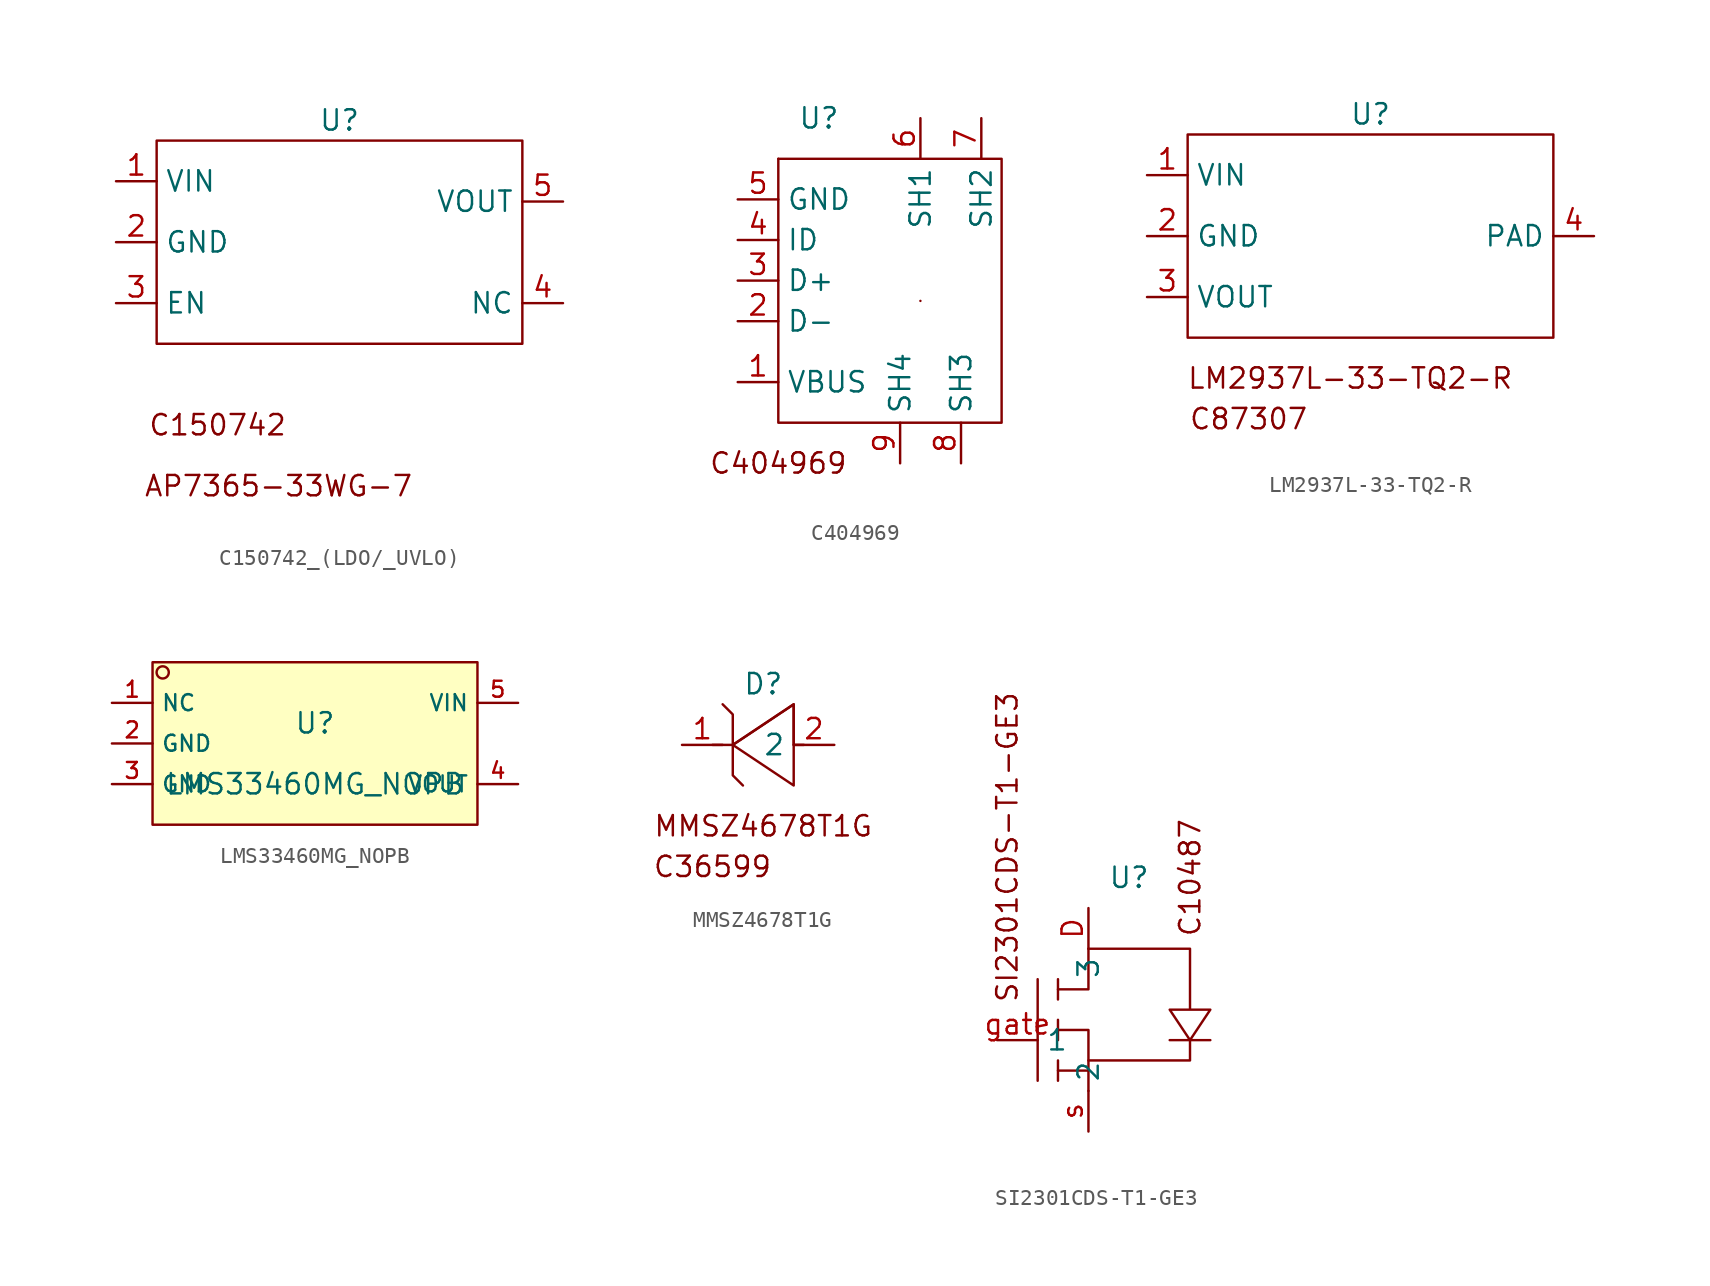
<source format=kicad_sym>
(kicad_symbol_lib
  (version 20220914)
  (generator kicad_symbol_editor)
  (symbol "C150742_(LDO/_UVLO)"
    (property "Reference" "U"
      (at 0 5.08 0)
      (effects (font (size 1.27 1.27))))
    (property "Value" ""
      (at 0 0 0)
      (effects (font (size 1.27 1.27))))
    (symbol "C150742_(LDO/_UVLO)_0_1"
      (rectangle (start -11.43 3.81) (end 11.43 -8.89) (stroke (width 0) (type default)) (fill (type none)))
      (text "AP7365-33WG-7" (at -3.81 -17.78 0) (effects (font (size 1.27 1.27))))
      (text "C150742" (at -7.62 -13.97 0) (effects (font (size 1.27 1.27)))))
    (symbol "C150742_(LDO/_UVLO)_1_1"
      (pin input line (at -13.97 1.27 0) (length 2.54) (name "VIN" (effects (font (size 1.27 1.27)))) (number "1" (effects (font (size 1.27 1.27)))))
      (pin input line (at -13.97 -2.54 0) (length 2.54) (name "GND" (effects (font (size 1.27 1.27)))) (number "2" (effects (font (size 1.27 1.27)))))
      (pin input line (at -13.97 -6.35 0) (length 2.54) (name "EN" (effects (font (size 1.27 1.27)))) (number "3" (effects (font (size 1.27 1.27)))))
      (pin input line (at 13.97 -6.35 180) (length 2.54) (name "NC" (effects (font (size 1.27 1.27)))) (number "4" (effects (font (size 1.27 1.27)))))
      (pin input line (at 13.97 0 180) (length 2.54) (name "VOUT" (effects (font (size 1.27 1.27)))) (number "5" (effects (font (size 1.27 1.27)))))))
  (symbol "C404969"
    (property "Reference" "U"
      (at -3.81 7.62 0)
      (effects (font (size 1.27 1.27))))
    (property "Value" ""
      (at 0 0 0)
      (effects (font (size 1.27 1.27))))
    (property "ki_locked" ""
      (at 0 0 0)
      (effects (font (size 1.27 1.27))))
    (symbol "C404969_1_1"
      (rectangle (start -6.35 5.08) (end -6.35 5.08) (stroke (width 0) (type default)) (fill (type none)))
      (rectangle (start -6.35 5.08) (end 7.62 -11.43) (stroke (width 0) (type default)) (fill (type none)))
      (rectangle (start 2.54 -3.81) (end 2.54 -3.81) (stroke (width 0) (type default)) (fill (type none)))
      (text "C404969" (at -6.35 -13.97 0) (effects (font (size 1.27 1.27))))
      (pin input line (at -8.89 -8.89 0) (length 2.54) (name "VBUS" (effects (font (size 1.27 1.27)))) (number "1" (effects (font (size 1.27 1.27)))))
      (pin input line (at -8.89 -5.08 0) (length 2.54) (name "D-" (effects (font (size 1.27 1.27)))) (number "2" (effects (font (size 1.27 1.27)))))
      (pin input line (at -8.89 -2.54 0) (length 2.54) (name "D+" (effects (font (size 1.27 1.27)))) (number "3" (effects (font (size 1.27 1.27)))))
      (pin input line (at -8.89 0 0) (length 2.54) (name "ID" (effects (font (size 1.27 1.27)))) (number "4" (effects (font (size 1.27 1.27)))))
      (pin input line (at -8.89 2.54 0) (length 2.54) (name "GND" (effects (font (size 1.27 1.27)))) (number "5" (effects (font (size 1.27 1.27)))))
      (pin input line (at 2.54 7.62 270) (length 2.54) (name "SH1" (effects (font (size 1.27 1.27)))) (number "6" (effects (font (size 1.27 1.27)))))
      (pin input line (at 6.35 7.62 270) (length 2.54) (name "SH2" (effects (font (size 1.27 1.27)))) (number "7" (effects (font (size 1.27 1.27)))))
      (pin input line (at 5.08 -13.97 90) (length 2.54) (name "SH3" (effects (font (size 1.27 1.27)))) (number "8" (effects (font (size 1.27 1.27)))))
      (pin input line (at 1.27 -13.97 90) (length 2.54) (name "SH4" (effects (font (size 1.27 1.27)))) (number "9" (effects (font (size 1.27 1.27)))))))
  (symbol "LM2937L-33-TQ2-R"
    (property "Reference" "U"
      (at 0 6.35 0)
      (effects (font (size 1.27 1.27))))
    (property "Value" ""
      (at 0 0 0)
      (effects (font (size 1.27 1.27))))
    (symbol "LM2937L-33-TQ2-R_0_1"
      (rectangle (start -11.43 5.08) (end 11.43 -7.62) (stroke (width 0) (type default)) (fill (type none)))
      (text "C87307" (at -7.62 -12.7 0) (effects (font (size 1.27 1.27))))
      (text "LM2937L-33-TQ2-R" (at -1.27 -10.16 0) (effects (font (size 1.27 1.27)))))
    (symbol "LM2937L-33-TQ2-R_1_1"
      (pin input line (at -13.97 2.54 0) (length 2.54) (name "VIN" (effects (font (size 1.27 1.27)))) (number "1" (effects (font (size 1.27 1.27)))))
      (pin input line (at -13.97 -1.27 0) (length 2.54) (name "GND" (effects (font (size 1.27 1.27)))) (number "2" (effects (font (size 1.27 1.27)))))
      (pin input line (at -13.97 -5.08 0) (length 2.54) (name "VOUT" (effects (font (size 1.27 1.27)))) (number "3" (effects (font (size 1.27 1.27)))))
      (pin input line (at 13.97 -1.27 180) (length 2.54) (name "PAD" (effects (font (size 1.27 1.27)))) (number "4" (effects (font (size 1.27 1.27)))))))
  (symbol "LMS33460MG_NOPB"
    (property "Reference" "U"
      (at 0 1.27 0)
      (effects (font (size 1.27 1.27))))
    (property "Value" "LMS33460MG_NOPB"
      (at 0 -2.54 0)
      (effects (font (size 1.27 1.27))))
    (symbol "LMS33460MG_NOPB_0_1"
      (rectangle (start -10.16 5.08) (end 10.16 -5.08) (stroke (width 0) (type default)) (fill (type background)))
      (circle (center -9.525 4.445) (radius 0.381) (stroke (width 0) (type default)) (fill (type background)))
      (pin unspecified line (at -12.7 2.54 0) (length 2.54) (name "NC" (effects (font (size 1 1)))) (number "1" (effects (font (size 1 1)))))
      (pin unspecified line (at -12.7 0 0) (length 2.54) (name "GND" (effects (font (size 1 1)))) (number "2" (effects (font (size 1 1)))))
      (pin unspecified line (at -12.7 -2.54 0) (length 2.54) (name "GND" (effects (font (size 1 1)))) (number "3" (effects (font (size 1 1)))))
      (pin unspecified line (at 12.7 -2.54 180) (length 2.54) (name "VOUT" (effects (font (size 1 1)))) (number "4" (effects (font (size 1 1)))))
      (pin unspecified line (at 12.7 2.54 180) (length 2.54) (name "VIN" (effects (font (size 1 1)))) (number "5" (effects (font (size 1 1)))))))
  (symbol "MMSZ4678T1G"
    (property "Reference" "D"
      (at 0 3.81 0)
      (effects (font (size 1.27 1.27))))
    (property "Value" ""
      (at 0 0 0)
      (effects (font (size 1.27 1.27))))
    (symbol "MMSZ4678T1G_0_1"
      (polyline (pts (xy 1.905 1.905) (xy 1.905 -2.54) (xy -1.905 0) (xy 1.905 2.54) (xy 1.905 1.905)) (stroke (width 0) (type default)) (fill (type none)))
      (polyline (pts (xy -1.905 -1.905) (xy -1.905 1.905) (xy -2.54 2.54) (xy -1.905 1.905) (xy -1.905 -1.905) (xy -1.27 -2.54) (xy -1.905 -1.905) (xy -1.905 0) (xy -3.175 0) (xy -1.905 0) (xy 1.905 2.54) (xy 1.905 0) (xy 2.54 0)) (stroke (width 0) (type default)) (fill (type none)))
      (text "C36599" (at -3.175 -7.62 0) (effects (font (size 1.27 1.27))))
      (text "MMSZ4678T1G" (at 0 -5.08 0) (effects (font (size 1.27 1.27)))))
    (symbol "MMSZ4678T1G_1_1"
      (pin input line (at -5.08 0 0) (length 2.54) (name "" (effects (font (size 1.27 1.27)))) (number "1" (effects (font (size 1.27 1.27)))))
      (pin input line (at 4.445 0 180) (length 2.54) (name "2" (effects (font (size 1.27 1.27)))) (number "2" (effects (font (size 1.27 1.27)))))))
  (symbol "SI2301CDS-T1-GE3"
    (property "Reference" "U"
      (at 4.445 6.35 0)
      (effects (font (size 1.27 1.27))))
    (property "Value" ""
      (at 0 0 0)
      (effects (font (size 1.27 1.27))))
    (symbol "SI2301CDS-T1-GE3_0_1"
      (polyline (pts (xy -1.27 0) (xy -1.27 -6.35)) (stroke (width 0) (type default)) (fill (type none)))
      (polyline (pts (xy 0 -5.08) (xy 0 -6.35)) (stroke (width 0) (type default)) (fill (type none)))
      (polyline (pts (xy 0 -2.54) (xy 0 -3.81)) (stroke (width 0) (type default)) (fill (type none)))
      (polyline (pts (xy 0 0) (xy 0 -1.27)) (stroke (width 0) (type default)) (fill (type none)))
      (polyline (pts (xy 1.905 -5.715) (xy 0 -5.715)) (stroke (width 0) (type default)) (fill (type none)))
      (polyline (pts (xy 0 -0.635) (xy 1.905 -0.635) (xy 1.905 1.905)) (stroke (width 0) (type default)) (fill (type none)))
      (polyline (pts (xy 0 -3.175) (xy 1.905 -3.175) (xy 1.905 -6.985) (xy 1.905 -5.715)) (stroke (width 0) (type default)) (fill (type none)))
      (polyline (pts (xy 1.905 1.905) (xy 8.255 1.905) (xy 8.255 -1.905) (xy 6.985 -1.905) (xy 9.525 -1.905) (xy 8.255 -3.81) (xy 6.985 -1.905) (xy 8.255 -3.81) (xy 7.62 -3.81) (xy 8.89 -3.81) (xy 8.255 -3.81) (xy 8.255 -5.08) (xy 1.905 -5.08) (xy 8.255 -5.08) (xy 8.255 -3.81) (xy 6.985 -3.81) (xy 9.525 -3.81)) (stroke (width 0) (type default)) (fill (type none)))
      (text "C10487" (at 8.255 6.35 900) (effects (font (size 1.27 1.27))))
      (text "SI2301CDS-T1-GE3" (at -3.175 8.255 900) (effects (font (size 1.27 1.27)))))
    (symbol "SI2301CDS-T1-GE3_1_1"
      (pin input line (at 1.905 4.445 270) (length 2.54) (name "3" (effects (font (size 1.27 1.27)))) (number "D" (effects (font (size 1.27 1.27)))))
      (pin input line (at -3.81 -3.81 0) (length 2.54) (name "1" (effects (font (size 1.27 1.27)))) (number "gate" (effects (font (size 1.27 1.27)))))
      (pin input line (at 1.905 -9.525 90) (length 2.54) (name "2" (effects (font (size 1.27 1.27)))) (number "s" (effects (font (size 1.27 1.27))))))))
</source>
